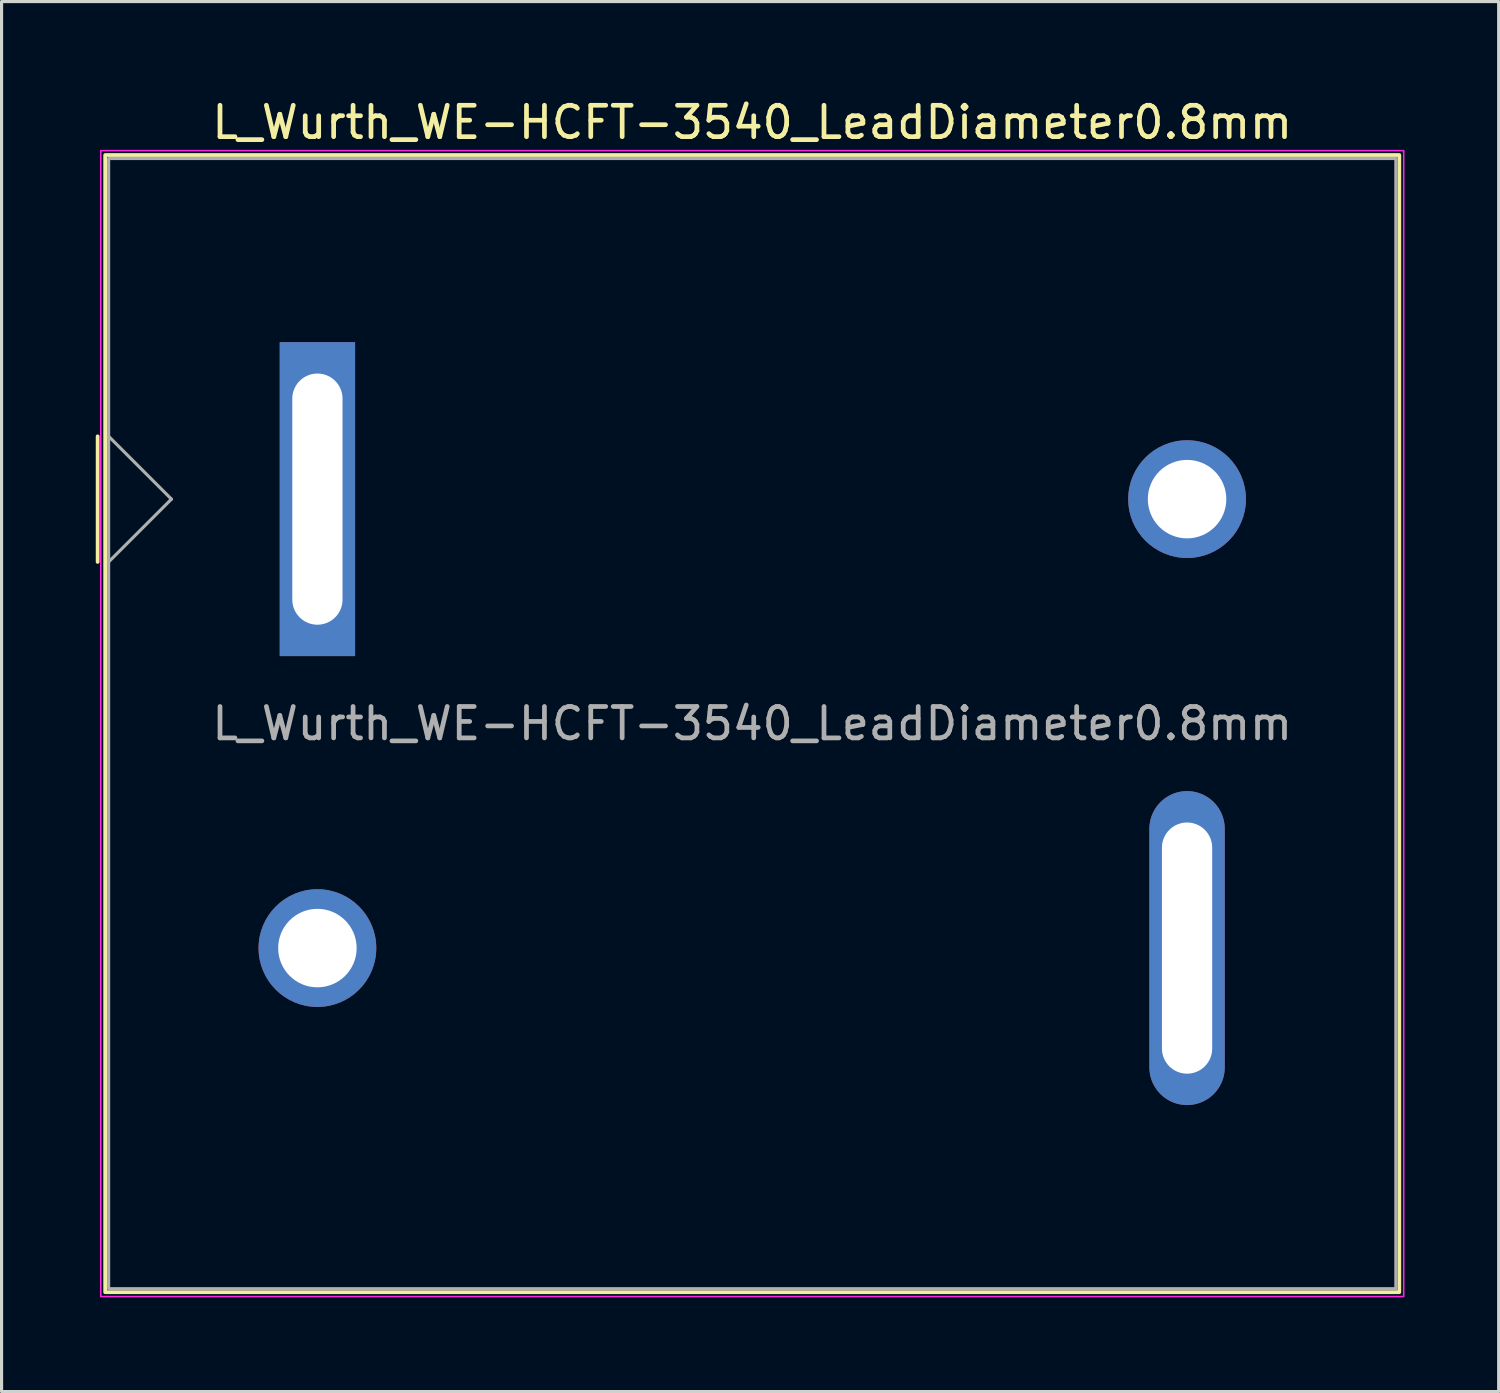
<source format=kicad_pcb>
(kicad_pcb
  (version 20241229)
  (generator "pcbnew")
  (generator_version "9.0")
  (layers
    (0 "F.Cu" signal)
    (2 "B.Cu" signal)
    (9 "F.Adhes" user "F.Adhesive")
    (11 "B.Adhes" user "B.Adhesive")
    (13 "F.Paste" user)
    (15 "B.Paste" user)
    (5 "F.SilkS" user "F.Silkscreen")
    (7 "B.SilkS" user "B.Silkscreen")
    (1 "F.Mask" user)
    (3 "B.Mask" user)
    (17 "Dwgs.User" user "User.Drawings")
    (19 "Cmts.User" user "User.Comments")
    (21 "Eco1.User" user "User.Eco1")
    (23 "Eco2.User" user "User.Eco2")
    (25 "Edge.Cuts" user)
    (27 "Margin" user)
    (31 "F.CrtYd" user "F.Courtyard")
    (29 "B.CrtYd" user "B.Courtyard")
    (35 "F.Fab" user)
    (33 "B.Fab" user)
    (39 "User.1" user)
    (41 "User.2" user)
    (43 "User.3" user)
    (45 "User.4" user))
  (footprint "L_Wurth_WE-HCFT-3540_LeadDiameter0.8mm"
    (layer "F.Cu")
    (at 7.06 12.848)
    (property "Reference" "L_Wurth_WE-HCFT-3540_LeadDiameter0.8mm" (at 13.85 -12 0) (unlocked yes) (layer "F.SilkS") (effects (font (size 1 1) (thickness 0.15))))
    (attr through_hole)
    (fp_line (start -7 2) (end -7 -2) (stroke (width 0.12) (type solid)) (layer "F.SilkS"))
    (fp_rect (start -6.76 -10.96) (end 34.46 25.26) (stroke (width 0.12) (type solid)) (fill no) (layer "F.SilkS"))
    (fp_rect (start -6.9 -11.1) (end 34.6 25.4) (stroke (width 0.05) (type solid)) (fill no) (layer "F.CrtYd"))
    (fp_line (start -6.65 -2) (end -4.65 0) (stroke (width 0.1) (type solid)) (layer "F.Fab"))
    (fp_line (start -4.65 0) (end -6.65 2) (stroke (width 0.1) (type solid)) (layer "F.Fab"))
    (fp_rect (start -6.65 -10.85) (end 34.35 25.15) (stroke (width 0.1) (type solid)) (fill no) (layer "F.Fab"))
    (fp_text user "${REFERENCE}" (at 13.85 7.15 0) (unlocked yes) (layer "F.Fab") (effects (font (size 1 1) (thickness 0.15))))
    (pad "" thru_hole circle (at 0 14.3) (size 3.75 3.75) (drill 2.5) (layers "*.Cu" "*.Mask"))
    (pad "" thru_hole circle (at 27.7 0) (size 3.75 3.75) (drill 2.5) (layers "*.Cu" "*.Mask"))
    (pad "1" thru_hole rect (at 0 0) (size 2.4 10) (drill oval 1.6 8) (layers "*.Cu" "*.Mask"))
    (pad "2" thru_hole oval (at 27.7 14.3) (size 2.4 10) (drill oval 1.6 8) (layers "*.Cu" "*.Mask")))
  (gr_rect
    (start -3 -3)
    (end 44.685 41.273)
    (stroke (width 0.1) (type default))
    (fill no)
    (layer "Edge.Cuts")))
</source>
